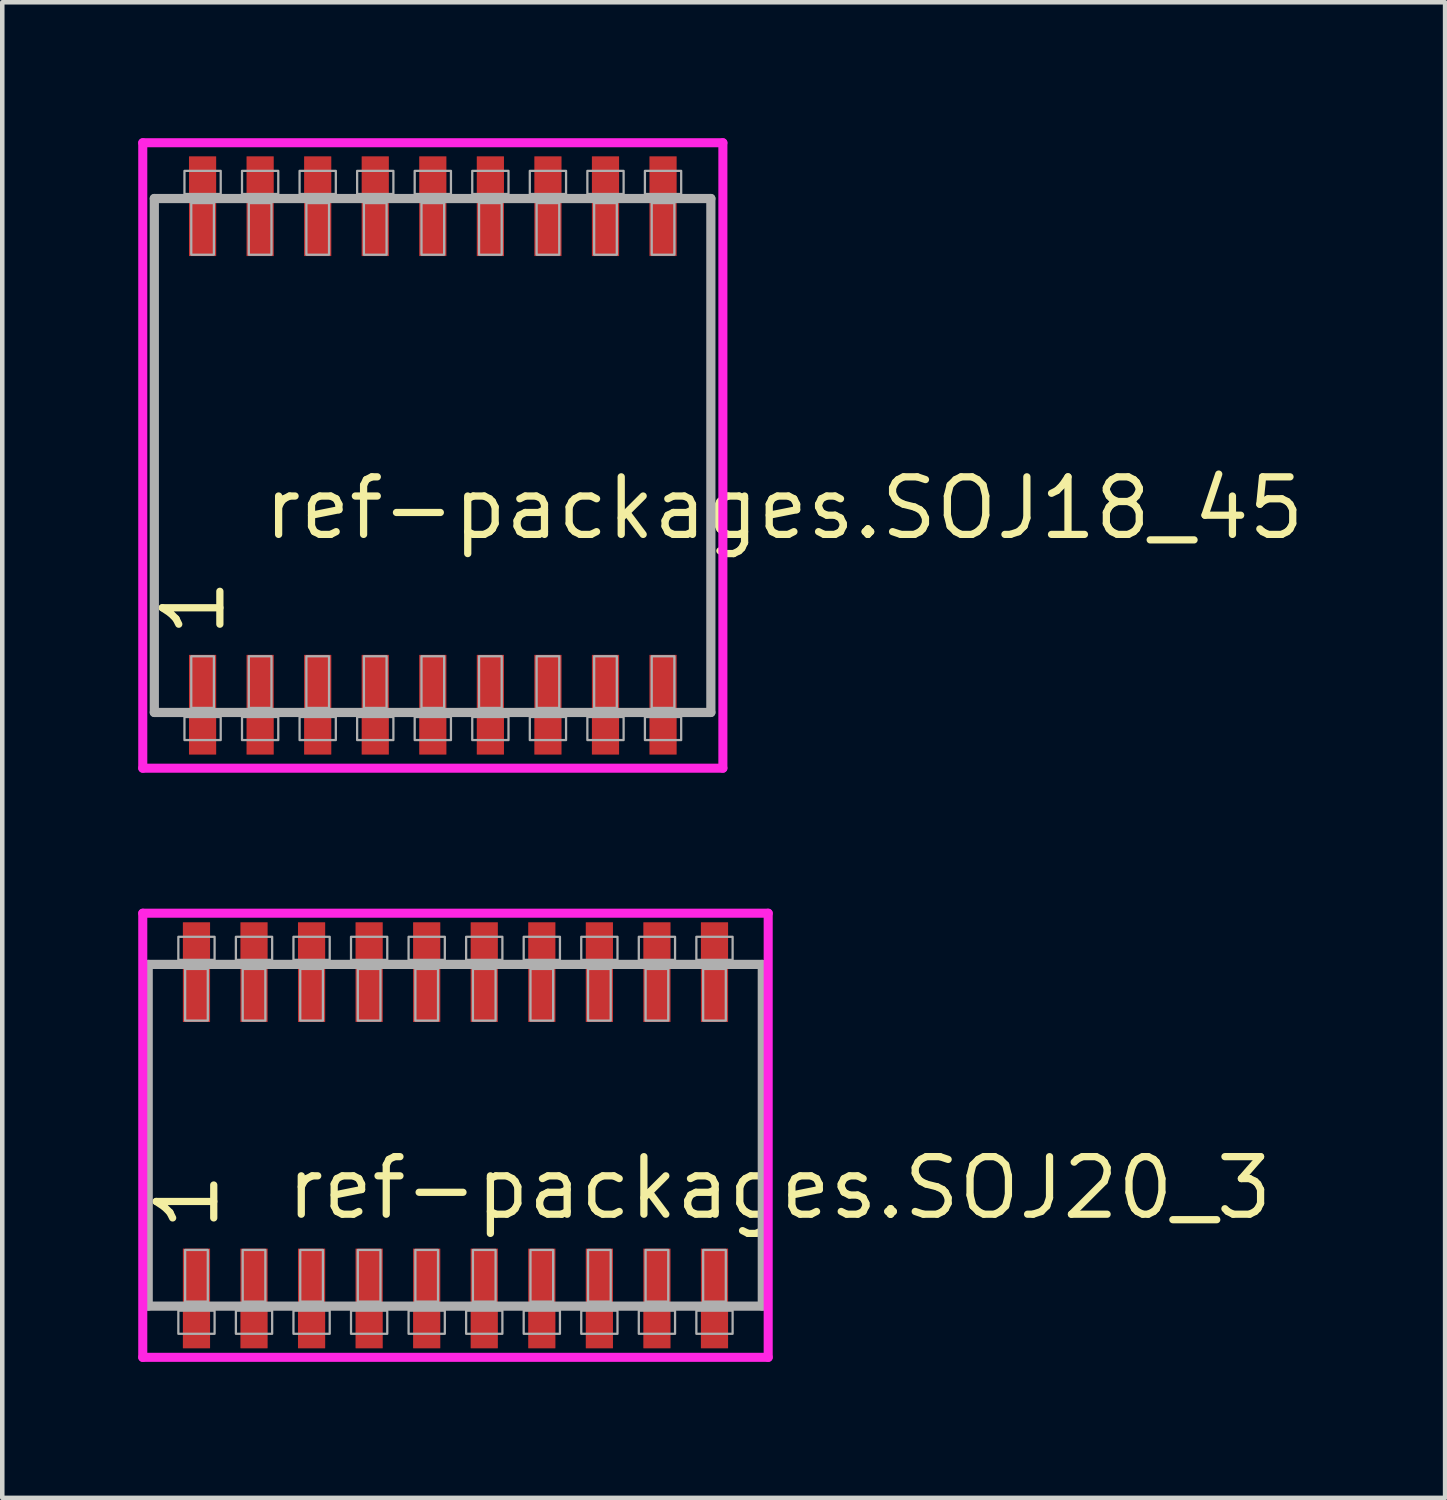
<source format=kicad_pcb>
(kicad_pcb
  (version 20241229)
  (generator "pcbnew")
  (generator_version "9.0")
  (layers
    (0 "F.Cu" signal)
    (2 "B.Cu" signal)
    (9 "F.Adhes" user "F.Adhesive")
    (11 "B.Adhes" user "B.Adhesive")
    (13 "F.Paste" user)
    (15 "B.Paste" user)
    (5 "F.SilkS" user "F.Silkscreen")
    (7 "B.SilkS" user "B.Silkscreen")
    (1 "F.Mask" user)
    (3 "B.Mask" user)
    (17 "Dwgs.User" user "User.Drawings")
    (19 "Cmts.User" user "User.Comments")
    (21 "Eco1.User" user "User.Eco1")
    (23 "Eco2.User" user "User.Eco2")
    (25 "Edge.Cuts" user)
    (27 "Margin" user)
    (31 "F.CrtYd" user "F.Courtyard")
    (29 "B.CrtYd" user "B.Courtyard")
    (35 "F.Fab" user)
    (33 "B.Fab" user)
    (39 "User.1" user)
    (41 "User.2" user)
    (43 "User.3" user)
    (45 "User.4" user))
  (footprint "ref-packages.SOJ18_45"
    (layer "F.Cu")
    (at 6.5 7)
    (property "Reference" "ref-packages.SOJ18_45" (at -3.81 1.905 0) (layer "F.SilkS") (effects (font (size 1.27 1.27) (thickness 0.16)) (justify left bottom)))
    (attr smd)
    (fp_line (start -6.4 -6.9) (end 6.4 -6.9) (stroke (width 0.2) (type default)) (layer "F.CrtYd"))
    (fp_line (start -6.4 6.9) (end -6.4 -6.9) (stroke (width 0.2) (type default)) (layer "F.CrtYd"))
    (fp_line (start 6.4 -6.9) (end 6.4 6.9) (stroke (width 0.2) (type default)) (layer "F.CrtYd"))
    (fp_line (start 6.4 6.9) (end -6.4 6.9) (stroke (width 0.2) (type default)) (layer "F.CrtYd"))
    (fp_line (start -6.145 -5.67) (end 6.135 -5.67) (stroke (width 0.203) (type default)) (layer "F.Fab"))
    (fp_line (start -6.145 5.67) (end -6.145 -5.67) (stroke (width 0.203) (type default)) (layer "F.Fab"))
    (fp_line (start 6.135 -5.67) (end 6.135 5.67) (stroke (width 0.203) (type default)) (layer "F.Fab"))
    (fp_line (start 6.135 5.67) (end -6.145 5.67) (stroke (width 0.203) (type default)) (layer "F.Fab"))
    (fp_rect (start -5.48 -5.77) (end -4.68 -6.28) (stroke (width 0.05) (type default)) (fill no) (layer "F.Fab"))
    (fp_rect (start -5.48 6.28) (end -4.68 5.77) (stroke (width 0.05) (type default)) (fill no) (layer "F.Fab"))
    (fp_rect (start -5.33 -4.43) (end -4.83 -5.57) (stroke (width 0.05) (type default)) (fill no) (layer "F.Fab"))
    (fp_rect (start -5.33 5.57) (end -4.83 4.43) (stroke (width 0.05) (type default)) (fill no) (layer "F.Fab"))
    (fp_rect (start -4.21 -5.77) (end -3.41 -6.28) (stroke (width 0.05) (type default)) (fill no) (layer "F.Fab"))
    (fp_rect (start -4.21 6.28) (end -3.41 5.77) (stroke (width 0.05) (type default)) (fill no) (layer "F.Fab"))
    (fp_rect (start -4.06 -4.43) (end -3.56 -5.57) (stroke (width 0.05) (type default)) (fill no) (layer "F.Fab"))
    (fp_rect (start -4.06 5.57) (end -3.56 4.43) (stroke (width 0.05) (type default)) (fill no) (layer "F.Fab"))
    (fp_rect (start -2.94 -5.77) (end -2.14 -6.28) (stroke (width 0.05) (type default)) (fill no) (layer "F.Fab"))
    (fp_rect (start -2.94 6.28) (end -2.14 5.77) (stroke (width 0.05) (type default)) (fill no) (layer "F.Fab"))
    (fp_rect (start -2.79 -4.43) (end -2.29 -5.57) (stroke (width 0.05) (type default)) (fill no) (layer "F.Fab"))
    (fp_rect (start -2.79 5.57) (end -2.29 4.43) (stroke (width 0.05) (type default)) (fill no) (layer "F.Fab"))
    (fp_rect (start -1.67 -5.77) (end -0.87 -6.28) (stroke (width 0.05) (type default)) (fill no) (layer "F.Fab"))
    (fp_rect (start -1.67 6.28) (end -0.87 5.77) (stroke (width 0.05) (type default)) (fill no) (layer "F.Fab"))
    (fp_rect (start -1.52 -4.43) (end -1.02 -5.57) (stroke (width 0.05) (type default)) (fill no) (layer "F.Fab"))
    (fp_rect (start -1.52 5.57) (end -1.02 4.43) (stroke (width 0.05) (type default)) (fill no) (layer "F.Fab"))
    (fp_rect (start -0.4 -5.77) (end 0.4 -6.28) (stroke (width 0.05) (type default)) (fill no) (layer "F.Fab"))
    (fp_rect (start -0.4 6.28) (end 0.4 5.77) (stroke (width 0.05) (type default)) (fill no) (layer "F.Fab"))
    (fp_rect (start -0.25 -4.43) (end 0.25 -5.57) (stroke (width 0.05) (type default)) (fill no) (layer "F.Fab"))
    (fp_rect (start -0.25 5.57) (end 0.25 4.43) (stroke (width 0.05) (type default)) (fill no) (layer "F.Fab"))
    (fp_rect (start 0.87 -5.77) (end 1.67 -6.28) (stroke (width 0.05) (type default)) (fill no) (layer "F.Fab"))
    (fp_rect (start 0.87 6.28) (end 1.67 5.77) (stroke (width 0.05) (type default)) (fill no) (layer "F.Fab"))
    (fp_rect (start 1.02 -4.43) (end 1.52 -5.57) (stroke (width 0.05) (type default)) (fill no) (layer "F.Fab"))
    (fp_rect (start 1.02 5.57) (end 1.52 4.43) (stroke (width 0.05) (type default)) (fill no) (layer "F.Fab"))
    (fp_rect (start 2.14 -5.77) (end 2.94 -6.28) (stroke (width 0.05) (type default)) (fill no) (layer "F.Fab"))
    (fp_rect (start 2.14 6.28) (end 2.94 5.77) (stroke (width 0.05) (type default)) (fill no) (layer "F.Fab"))
    (fp_rect (start 2.29 -4.43) (end 2.79 -5.57) (stroke (width 0.05) (type default)) (fill no) (layer "F.Fab"))
    (fp_rect (start 2.29 5.57) (end 2.79 4.43) (stroke (width 0.05) (type default)) (fill no) (layer "F.Fab"))
    (fp_rect (start 3.41 -5.77) (end 4.21 -6.28) (stroke (width 0.05) (type default)) (fill no) (layer "F.Fab"))
    (fp_rect (start 3.41 6.28) (end 4.21 5.77) (stroke (width 0.05) (type default)) (fill no) (layer "F.Fab"))
    (fp_rect (start 3.56 -4.43) (end 4.06 -5.57) (stroke (width 0.05) (type default)) (fill no) (layer "F.Fab"))
    (fp_rect (start 3.56 5.57) (end 4.06 4.43) (stroke (width 0.05) (type default)) (fill no) (layer "F.Fab"))
    (fp_rect (start 4.68 -5.77) (end 5.48 -6.28) (stroke (width 0.05) (type default)) (fill no) (layer "F.Fab"))
    (fp_rect (start 4.68 6.28) (end 5.48 5.77) (stroke (width 0.05) (type default)) (fill no) (layer "F.Fab"))
    (fp_rect (start 4.83 -4.43) (end 5.33 -5.57) (stroke (width 0.05) (type default)) (fill no) (layer "F.Fab"))
    (fp_rect (start 4.83 5.57) (end 5.33 4.43) (stroke (width 0.05) (type default)) (fill no) (layer "F.Fab"))
    (fp_text user "1" (at -4.535 4.07 90) (layer "F.SilkS") (effects (font (size 1.27 1.27) (thickness 0.16)) (justify left bottom)))
    (pad "1" smd roundrect (at -5.08 5.5) (size 0.6 2.2) (layers "F.Cu" "F.Mask" "F.Paste") (roundrect_rratio 0.01))
    (pad "2" smd roundrect (at -3.81 5.5) (size 0.6 2.2) (layers "F.Cu" "F.Mask" "F.Paste") (roundrect_rratio 0.01))
    (pad "3" smd roundrect (at -2.54 5.5) (size 0.6 2.2) (layers "F.Cu" "F.Mask" "F.Paste") (roundrect_rratio 0.01))
    (pad "4" smd roundrect (at -1.27 5.5) (size 0.6 2.2) (layers "F.Cu" "F.Mask" "F.Paste") (roundrect_rratio 0.01))
    (pad "5" smd roundrect (at 0 5.5) (size 0.6 2.2) (layers "F.Cu" "F.Mask" "F.Paste") (roundrect_rratio 0.01))
    (pad "6" smd roundrect (at 1.27 5.5) (size 0.6 2.2) (layers "F.Cu" "F.Mask" "F.Paste") (roundrect_rratio 0.01))
    (pad "7" smd roundrect (at 2.54 5.5) (size 0.6 2.2) (layers "F.Cu" "F.Mask" "F.Paste") (roundrect_rratio 0.01))
    (pad "8" smd roundrect (at 3.81 5.5) (size 0.6 2.2) (layers "F.Cu" "F.Mask" "F.Paste") (roundrect_rratio 0.01))
    (pad "9" smd roundrect (at 5.08 5.5) (size 0.6 2.2) (layers "F.Cu" "F.Mask" "F.Paste") (roundrect_rratio 0.01))
    (pad "10" smd roundrect (at 5.08 -5.5) (size 0.6 2.2) (layers "F.Cu" "F.Mask" "F.Paste") (roundrect_rratio 0.01))
    (pad "11" smd roundrect (at 3.81 -5.5) (size 0.6 2.2) (layers "F.Cu" "F.Mask" "F.Paste") (roundrect_rratio 0.01))
    (pad "12" smd roundrect (at 2.54 -5.5) (size 0.6 2.2) (layers "F.Cu" "F.Mask" "F.Paste") (roundrect_rratio 0.01))
    (pad "13" smd roundrect (at 1.27 -5.5) (size 0.6 2.2) (layers "F.Cu" "F.Mask" "F.Paste") (roundrect_rratio 0.01))
    (pad "14" smd roundrect (at 0 -5.5) (size 0.6 2.2) (layers "F.Cu" "F.Mask" "F.Paste") (roundrect_rratio 0.01))
    (pad "15" smd roundrect (at -1.27 -5.5) (size 0.6 2.2) (layers "F.Cu" "F.Mask" "F.Paste") (roundrect_rratio 0.01))
    (pad "16" smd roundrect (at -2.54 -5.5) (size 0.6 2.2) (layers "F.Cu" "F.Mask" "F.Paste") (roundrect_rratio 0.01))
    (pad "17" smd roundrect (at -3.81 -5.5) (size 0.6 2.2) (layers "F.Cu" "F.Mask" "F.Paste") (roundrect_rratio 0.01))
    (pad "18" smd roundrect (at -5.08 -5.5) (size 0.6 2.2) (layers "F.Cu" "F.Mask" "F.Paste") (roundrect_rratio 0.01)))
  (footprint "ref-packages.SOJ20_3"
    (layer "F.Cu")
    (at 7 22)
    (property "Reference" "ref-packages.SOJ20_3" (at -3.81 1.905 0) (layer "F.SilkS") (effects (font (size 1.27 1.27) (thickness 0.16)) (justify left bottom)))
    (attr smd)
    (fp_line (start -6.9 -4.9) (end 6.9 -4.9) (stroke (width 0.2) (type default)) (layer "F.CrtYd"))
    (fp_line (start -6.9 4.9) (end -6.9 -4.9) (stroke (width 0.2) (type default)) (layer "F.CrtYd"))
    (fp_line (start 6.9 -4.9) (end 6.9 4.9) (stroke (width 0.2) (type default)) (layer "F.CrtYd"))
    (fp_line (start 6.9 4.9) (end -6.9 4.9) (stroke (width 0.2) (type default)) (layer "F.CrtYd"))
    (fp_line (start -6.78 -3.77) (end 6.77 -3.77) (stroke (width 0.203) (type default)) (layer "F.Fab"))
    (fp_line (start -6.78 3.77) (end -6.78 -3.77) (stroke (width 0.203) (type default)) (layer "F.Fab"))
    (fp_line (start 6.77 -3.77) (end 6.77 3.77) (stroke (width 0.203) (type default)) (layer "F.Fab"))
    (fp_line (start 6.77 3.77) (end -6.78 3.77) (stroke (width 0.203) (type default)) (layer "F.Fab"))
    (fp_rect (start -6.115 -3.87) (end -5.315 -4.38) (stroke (width 0.05) (type default)) (fill no) (layer "F.Fab"))
    (fp_rect (start -6.115 4.38) (end -5.315 3.87) (stroke (width 0.05) (type default)) (fill no) (layer "F.Fab"))
    (fp_rect (start -5.965 -2.53) (end -5.465 -3.67) (stroke (width 0.05) (type default)) (fill no) (layer "F.Fab"))
    (fp_rect (start -5.965 3.67) (end -5.465 2.53) (stroke (width 0.05) (type default)) (fill no) (layer "F.Fab"))
    (fp_rect (start -4.845 -3.87) (end -4.045 -4.38) (stroke (width 0.05) (type default)) (fill no) (layer "F.Fab"))
    (fp_rect (start -4.845 4.38) (end -4.045 3.87) (stroke (width 0.05) (type default)) (fill no) (layer "F.Fab"))
    (fp_rect (start -4.695 -2.53) (end -4.195 -3.67) (stroke (width 0.05) (type default)) (fill no) (layer "F.Fab"))
    (fp_rect (start -4.695 3.67) (end -4.195 2.53) (stroke (width 0.05) (type default)) (fill no) (layer "F.Fab"))
    (fp_rect (start -3.575 -3.87) (end -2.775 -4.38) (stroke (width 0.05) (type default)) (fill no) (layer "F.Fab"))
    (fp_rect (start -3.575 4.38) (end -2.775 3.87) (stroke (width 0.05) (type default)) (fill no) (layer "F.Fab"))
    (fp_rect (start -3.425 -2.53) (end -2.925 -3.67) (stroke (width 0.05) (type default)) (fill no) (layer "F.Fab"))
    (fp_rect (start -3.425 3.67) (end -2.925 2.53) (stroke (width 0.05) (type default)) (fill no) (layer "F.Fab"))
    (fp_rect (start -2.305 -3.87) (end -1.505 -4.38) (stroke (width 0.05) (type default)) (fill no) (layer "F.Fab"))
    (fp_rect (start -2.305 4.38) (end -1.505 3.87) (stroke (width 0.05) (type default)) (fill no) (layer "F.Fab"))
    (fp_rect (start -2.155 -2.53) (end -1.655 -3.67) (stroke (width 0.05) (type default)) (fill no) (layer "F.Fab"))
    (fp_rect (start -2.155 3.67) (end -1.655 2.53) (stroke (width 0.05) (type default)) (fill no) (layer "F.Fab"))
    (fp_rect (start -1.035 -3.87) (end -0.235 -4.38) (stroke (width 0.05) (type default)) (fill no) (layer "F.Fab"))
    (fp_rect (start -1.035 4.38) (end -0.235 3.87) (stroke (width 0.05) (type default)) (fill no) (layer "F.Fab"))
    (fp_rect (start -0.885 -2.53) (end -0.385 -3.67) (stroke (width 0.05) (type default)) (fill no) (layer "F.Fab"))
    (fp_rect (start -0.885 3.67) (end -0.385 2.53) (stroke (width 0.05) (type default)) (fill no) (layer "F.Fab"))
    (fp_rect (start 0.235 -3.87) (end 1.035 -4.38) (stroke (width 0.05) (type default)) (fill no) (layer "F.Fab"))
    (fp_rect (start 0.235 4.38) (end 1.035 3.87) (stroke (width 0.05) (type default)) (fill no) (layer "F.Fab"))
    (fp_rect (start 0.385 -2.53) (end 0.885 -3.67) (stroke (width 0.05) (type default)) (fill no) (layer "F.Fab"))
    (fp_rect (start 0.385 3.67) (end 0.885 2.53) (stroke (width 0.05) (type default)) (fill no) (layer "F.Fab"))
    (fp_rect (start 1.505 -3.87) (end 2.305 -4.38) (stroke (width 0.05) (type default)) (fill no) (layer "F.Fab"))
    (fp_rect (start 1.505 4.38) (end 2.305 3.87) (stroke (width 0.05) (type default)) (fill no) (layer "F.Fab"))
    (fp_rect (start 1.655 -2.53) (end 2.155 -3.67) (stroke (width 0.05) (type default)) (fill no) (layer "F.Fab"))
    (fp_rect (start 1.655 3.67) (end 2.155 2.53) (stroke (width 0.05) (type default)) (fill no) (layer "F.Fab"))
    (fp_rect (start 2.775 -3.87) (end 3.575 -4.38) (stroke (width 0.05) (type default)) (fill no) (layer "F.Fab"))
    (fp_rect (start 2.775 4.38) (end 3.575 3.87) (stroke (width 0.05) (type default)) (fill no) (layer "F.Fab"))
    (fp_rect (start 2.925 -2.53) (end 3.425 -3.67) (stroke (width 0.05) (type default)) (fill no) (layer "F.Fab"))
    (fp_rect (start 2.925 3.67) (end 3.425 2.53) (stroke (width 0.05) (type default)) (fill no) (layer "F.Fab"))
    (fp_rect (start 4.045 -3.87) (end 4.845 -4.38) (stroke (width 0.05) (type default)) (fill no) (layer "F.Fab"))
    (fp_rect (start 4.045 4.38) (end 4.845 3.87) (stroke (width 0.05) (type default)) (fill no) (layer "F.Fab"))
    (fp_rect (start 4.195 -2.53) (end 4.695 -3.67) (stroke (width 0.05) (type default)) (fill no) (layer "F.Fab"))
    (fp_rect (start 4.195 3.67) (end 4.695 2.53) (stroke (width 0.05) (type default)) (fill no) (layer "F.Fab"))
    (fp_rect (start 5.315 -3.87) (end 6.115 -4.38) (stroke (width 0.05) (type default)) (fill no) (layer "F.Fab"))
    (fp_rect (start 5.315 4.38) (end 6.115 3.87) (stroke (width 0.05) (type default)) (fill no) (layer "F.Fab"))
    (fp_rect (start 5.465 -2.53) (end 5.965 -3.67) (stroke (width 0.05) (type default)) (fill no) (layer "F.Fab"))
    (fp_rect (start 5.465 3.67) (end 5.965 2.53) (stroke (width 0.05) (type default)) (fill no) (layer "F.Fab"))
    (fp_text user "1" (at -5.17 2.17 90) (layer "F.SilkS") (effects (font (size 1.27 1.27) (thickness 0.16)) (justify left bottom)))
    (pad "1" smd roundrect (at -5.715 3.6) (size 0.6 2.2) (layers "F.Cu" "F.Mask" "F.Paste") (roundrect_rratio 0.01))
    (pad "2" smd roundrect (at -4.445 3.6) (size 0.6 2.2) (layers "F.Cu" "F.Mask" "F.Paste") (roundrect_rratio 0.01))
    (pad "3" smd roundrect (at -3.175 3.6) (size 0.6 2.2) (layers "F.Cu" "F.Mask" "F.Paste") (roundrect_rratio 0.01))
    (pad "4" smd roundrect (at -1.905 3.6) (size 0.6 2.2) (layers "F.Cu" "F.Mask" "F.Paste") (roundrect_rratio 0.01))
    (pad "5" smd roundrect (at -0.635 3.6) (size 0.6 2.2) (layers "F.Cu" "F.Mask" "F.Paste") (roundrect_rratio 0.01))
    (pad "6" smd roundrect (at 0.635 3.6) (size 0.6 2.2) (layers "F.Cu" "F.Mask" "F.Paste") (roundrect_rratio 0.01))
    (pad "7" smd roundrect (at 1.905 3.6) (size 0.6 2.2) (layers "F.Cu" "F.Mask" "F.Paste") (roundrect_rratio 0.01))
    (pad "8" smd roundrect (at 3.175 3.6) (size 0.6 2.2) (layers "F.Cu" "F.Mask" "F.Paste") (roundrect_rratio 0.01))
    (pad "9" smd roundrect (at 4.445 3.6) (size 0.6 2.2) (layers "F.Cu" "F.Mask" "F.Paste") (roundrect_rratio 0.01))
    (pad "10" smd roundrect (at 5.715 3.6) (size 0.6 2.2) (layers "F.Cu" "F.Mask" "F.Paste") (roundrect_rratio 0.01))
    (pad "11" smd roundrect (at 5.715 -3.6) (size 0.6 2.2) (layers "F.Cu" "F.Mask" "F.Paste") (roundrect_rratio 0.01))
    (pad "12" smd roundrect (at 4.445 -3.6) (size 0.6 2.2) (layers "F.Cu" "F.Mask" "F.Paste") (roundrect_rratio 0.01))
    (pad "13" smd roundrect (at 3.175 -3.6) (size 0.6 2.2) (layers "F.Cu" "F.Mask" "F.Paste") (roundrect_rratio 0.01))
    (pad "14" smd roundrect (at 1.905 -3.6) (size 0.6 2.2) (layers "F.Cu" "F.Mask" "F.Paste") (roundrect_rratio 0.01))
    (pad "15" smd roundrect (at 0.635 -3.6) (size 0.6 2.2) (layers "F.Cu" "F.Mask" "F.Paste") (roundrect_rratio 0.01))
    (pad "16" smd roundrect (at -0.635 -3.6) (size 0.6 2.2) (layers "F.Cu" "F.Mask" "F.Paste") (roundrect_rratio 0.01))
    (pad "17" smd roundrect (at -1.905 -3.6) (size 0.6 2.2) (layers "F.Cu" "F.Mask" "F.Paste") (roundrect_rratio 0.01))
    (pad "18" smd roundrect (at -3.175 -3.6) (size 0.6 2.2) (layers "F.Cu" "F.Mask" "F.Paste") (roundrect_rratio 0.01))
    (pad "19" smd roundrect (at -4.445 -3.6) (size 0.6 2.2) (layers "F.Cu" "F.Mask" "F.Paste") (roundrect_rratio 0.01))
    (pad "20" smd roundrect (at -5.715 -3.6) (size 0.6 2.2) (layers "F.Cu" "F.Mask" "F.Paste") (roundrect_rratio 0.01)))
  (gr_rect
    (start -3 -3)
    (end 28.836 30)
    (stroke (width 0.1) (type default))
    (fill no)
    (layer "Edge.Cuts")))
</source>
